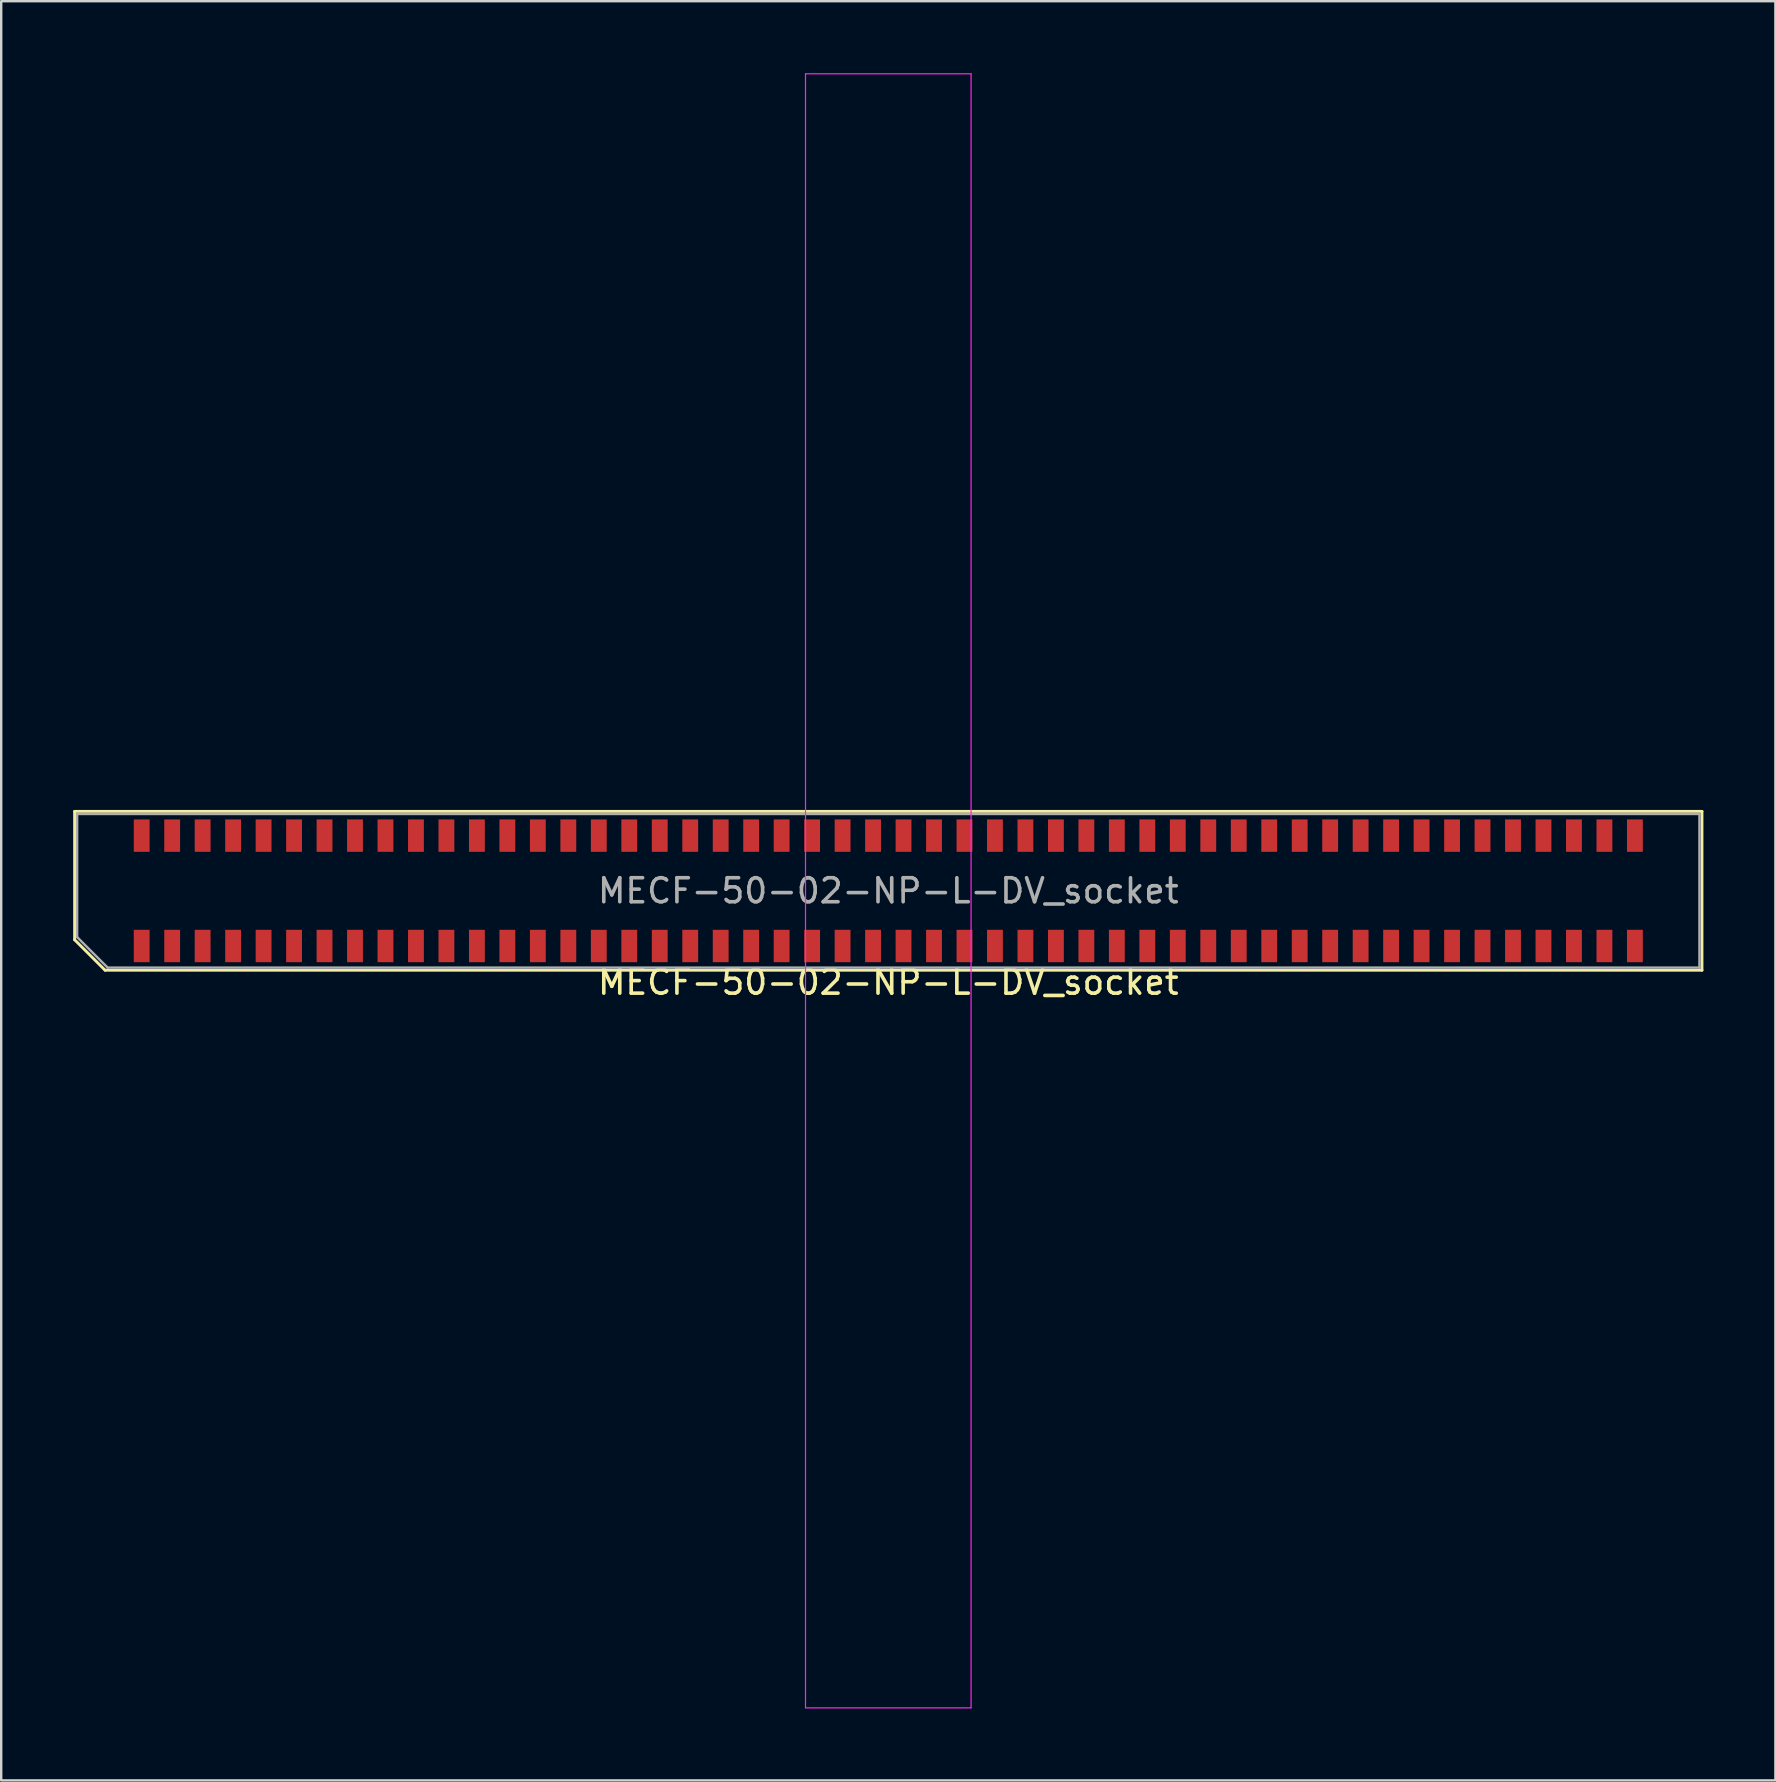
<source format=kicad_pcb>
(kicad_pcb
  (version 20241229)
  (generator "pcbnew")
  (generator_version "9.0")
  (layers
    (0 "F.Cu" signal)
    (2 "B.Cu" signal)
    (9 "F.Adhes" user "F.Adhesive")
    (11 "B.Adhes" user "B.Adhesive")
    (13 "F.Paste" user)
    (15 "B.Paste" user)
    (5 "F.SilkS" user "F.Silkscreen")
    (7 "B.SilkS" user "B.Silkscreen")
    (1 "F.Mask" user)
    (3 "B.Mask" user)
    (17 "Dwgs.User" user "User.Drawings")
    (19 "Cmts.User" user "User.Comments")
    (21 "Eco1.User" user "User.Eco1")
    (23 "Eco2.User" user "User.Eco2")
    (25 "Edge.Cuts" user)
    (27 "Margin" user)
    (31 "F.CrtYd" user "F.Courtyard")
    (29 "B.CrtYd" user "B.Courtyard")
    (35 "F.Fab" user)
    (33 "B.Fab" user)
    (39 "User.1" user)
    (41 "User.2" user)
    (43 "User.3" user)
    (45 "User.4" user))
  (footprint "MECF-50-02-NP-L-DV_socket"
    (layer "F.Cu")
    (at 33.97 34.075)
    (property "Reference" "MECF-50-02-NP-L-DV_socket" (at 0 3.81 0) (layer "F.SilkS") (effects (font (size 1 1) (thickness 0.15))))
    (attr smd)
    (fp_line (start -33.91 -3.31) (end 33.91 -3.31) (stroke (width 0.12) (type solid)) (layer "F.SilkS"))
    (fp_line (start -33.91 2.04) (end -33.91 -3.31) (stroke (width 0.12) (type solid)) (layer "F.SilkS"))
    (fp_line (start -32.64 3.31) (end -33.91 2.04) (stroke (width 0.12) (type solid)) (layer "F.SilkS"))
    (fp_line (start -32.64 3.31) (end 33.91 3.31) (stroke (width 0.12) (type solid)) (layer "F.SilkS"))
    (fp_line (start 33.91 3.31) (end 33.91 -3.31) (stroke (width 0.12) (type solid)) (layer "F.SilkS"))
    (fp_line (start -3.45 -34.05) (end -3.45 34.05) (stroke (width 0.05) (type solid)) (layer "F.CrtYd"))
    (fp_line (start -3.45 34.05) (end 3.45 34.05) (stroke (width 0.05) (type solid)) (layer "F.CrtYd"))
    (fp_line (start 3.45 -34.05) (end -3.45 -34.05) (stroke (width 0.05) (type solid)) (layer "F.CrtYd"))
    (fp_line (start 3.45 34.05) (end 3.45 -34.05) (stroke (width 0.05) (type solid)) (layer "F.CrtYd"))
    (fp_line (start -33.805 -3.2) (end 33.805 -3.2) (stroke (width 0.1) (type solid)) (layer "F.Fab"))
    (fp_line (start -33.805 1.93) (end -33.805 -3.2) (stroke (width 0.1) (type solid)) (layer "F.Fab"))
    (fp_line (start -33.805 1.93) (end -32.535 3.2) (stroke (width 0.1) (type solid)) (layer "F.Fab"))
    (fp_line (start -32.535 3.2) (end 33.805 3.2) (stroke (width 0.1) (type solid)) (layer "F.Fab"))
    (fp_line (start 33.805 3.2) (end 33.805 -3.2) (stroke (width 0.1) (type solid)) (layer "F.Fab"))
    (fp_text user "${REFERENCE}" (at 0 0 0) (layer "F.Fab") (effects (font (size 1 1) (thickness 0.15))))
    (pad "" np_thru_hole circle (at -32.895 0) (size 0.001 0.001) (drill 1.45) (layers "*.Cu" "*.Mask"))
    (pad "" np_thru_hole circle (at 32.895 1) (size 0.001 0.001) (drill 1.45) (layers "*.Cu" "*.Mask"))
    (pad "1" smd rect (at -31.115 2.3) (size 0.66 1.35) (layers "F.Cu" "F.Mask" "F.Paste"))
    (pad "2" smd rect (at -31.115 -2.3) (size 0.66 1.35) (layers "F.Cu" "F.Mask" "F.Paste"))
    (pad "3" smd rect (at -29.845 2.3) (size 0.66 1.35) (layers "F.Cu" "F.Mask" "F.Paste"))
    (pad "4" smd rect (at -29.845 -2.3) (size 0.66 1.35) (layers "F.Cu" "F.Mask" "F.Paste"))
    (pad "5" smd rect (at -28.575 2.3) (size 0.66 1.35) (layers "F.Cu" "F.Mask" "F.Paste"))
    (pad "6" smd rect (at -28.575 -2.3) (size 0.66 1.35) (layers "F.Cu" "F.Mask" "F.Paste"))
    (pad "7" smd rect (at -27.305 2.3) (size 0.66 1.35) (layers "F.Cu" "F.Mask" "F.Paste"))
    (pad "8" smd rect (at -27.305 -2.3) (size 0.66 1.35) (layers "F.Cu" "F.Mask" "F.Paste"))
    (pad "9" smd rect (at -26.035 2.3) (size 0.66 1.35) (layers "F.Cu" "F.Mask" "F.Paste"))
    (pad "10" smd rect (at -26.035 -2.3) (size 0.66 1.35) (layers "F.Cu" "F.Mask" "F.Paste"))
    (pad "11" smd rect (at -24.765 2.3) (size 0.66 1.35) (layers "F.Cu" "F.Mask" "F.Paste"))
    (pad "12" smd rect (at -24.765 -2.3) (size 0.66 1.35) (layers "F.Cu" "F.Mask" "F.Paste"))
    (pad "13" smd rect (at -23.495 2.3) (size 0.66 1.35) (layers "F.Cu" "F.Mask" "F.Paste"))
    (pad "14" smd rect (at -23.495 -2.3) (size 0.66 1.35) (layers "F.Cu" "F.Mask" "F.Paste"))
    (pad "15" smd rect (at -22.225 2.3) (size 0.66 1.35) (layers "F.Cu" "F.Mask" "F.Paste"))
    (pad "16" smd rect (at -22.225 -2.3) (size 0.66 1.35) (layers "F.Cu" "F.Mask" "F.Paste"))
    (pad "17" smd rect (at -20.955 2.3) (size 0.66 1.35) (layers "F.Cu" "F.Mask" "F.Paste"))
    (pad "18" smd rect (at -20.955 -2.3) (size 0.66 1.35) (layers "F.Cu" "F.Mask" "F.Paste"))
    (pad "19" smd rect (at -19.685 2.3) (size 0.66 1.35) (layers "F.Cu" "F.Mask" "F.Paste"))
    (pad "20" smd rect (at -19.685 -2.3) (size 0.66 1.35) (layers "F.Cu" "F.Mask" "F.Paste"))
    (pad "21" smd rect (at -18.415 2.3) (size 0.66 1.35) (layers "F.Cu" "F.Mask" "F.Paste"))
    (pad "22" smd rect (at -18.415 -2.3) (size 0.66 1.35) (layers "F.Cu" "F.Mask" "F.Paste"))
    (pad "23" smd rect (at -17.145 2.3) (size 0.66 1.35) (layers "F.Cu" "F.Mask" "F.Paste"))
    (pad "24" smd rect (at -17.145 -2.3) (size 0.66 1.35) (layers "F.Cu" "F.Mask" "F.Paste"))
    (pad "25" smd rect (at -15.875 2.3) (size 0.66 1.35) (layers "F.Cu" "F.Mask" "F.Paste"))
    (pad "26" smd rect (at -15.875 -2.3) (size 0.66 1.35) (layers "F.Cu" "F.Mask" "F.Paste"))
    (pad "27" smd rect (at -14.605 2.3) (size 0.66 1.35) (layers "F.Cu" "F.Mask" "F.Paste"))
    (pad "28" smd rect (at -14.605 -2.3) (size 0.66 1.35) (layers "F.Cu" "F.Mask" "F.Paste"))
    (pad "29" smd rect (at -13.335 2.3) (size 0.66 1.35) (layers "F.Cu" "F.Mask" "F.Paste"))
    (pad "30" smd rect (at -13.335 -2.3) (size 0.66 1.35) (layers "F.Cu" "F.Mask" "F.Paste"))
    (pad "31" smd rect (at -12.065 2.3) (size 0.66 1.35) (layers "F.Cu" "F.Mask" "F.Paste"))
    (pad "32" smd rect (at -12.065 -2.3) (size 0.66 1.35) (layers "F.Cu" "F.Mask" "F.Paste"))
    (pad "33" smd rect (at -10.795 2.3) (size 0.66 1.35) (layers "F.Cu" "F.Mask" "F.Paste"))
    (pad "34" smd rect (at -10.795 -2.3) (size 0.66 1.35) (layers "F.Cu" "F.Mask" "F.Paste"))
    (pad "35" smd rect (at -9.525 2.3) (size 0.66 1.35) (layers "F.Cu" "F.Mask" "F.Paste"))
    (pad "36" smd rect (at -9.525 -2.3) (size 0.66 1.35) (layers "F.Cu" "F.Mask" "F.Paste"))
    (pad "37" smd rect (at -8.255 2.3) (size 0.66 1.35) (layers "F.Cu" "F.Mask" "F.Paste"))
    (pad "38" smd rect (at -8.255 -2.3) (size 0.66 1.35) (layers "F.Cu" "F.Mask" "F.Paste"))
    (pad "39" smd rect (at -6.985 2.3) (size 0.66 1.35) (layers "F.Cu" "F.Mask" "F.Paste"))
    (pad "40" smd rect (at -6.985 -2.3) (size 0.66 1.35) (layers "F.Cu" "F.Mask" "F.Paste"))
    (pad "41" smd rect (at -5.715 2.3) (size 0.66 1.35) (layers "F.Cu" "F.Mask" "F.Paste"))
    (pad "42" smd rect (at -5.715 -2.3) (size 0.66 1.35) (layers "F.Cu" "F.Mask" "F.Paste"))
    (pad "43" smd rect (at -4.445 2.3) (size 0.66 1.35) (layers "F.Cu" "F.Mask" "F.Paste"))
    (pad "44" smd rect (at -4.445 -2.3) (size 0.66 1.35) (layers "F.Cu" "F.Mask" "F.Paste"))
    (pad "45" smd rect (at -3.175 2.3) (size 0.66 1.35) (layers "F.Cu" "F.Mask" "F.Paste"))
    (pad "46" smd rect (at -3.175 -2.3) (size 0.66 1.35) (layers "F.Cu" "F.Mask" "F.Paste"))
    (pad "47" smd rect (at -1.905 2.3) (size 0.66 1.35) (layers "F.Cu" "F.Mask" "F.Paste"))
    (pad "48" smd rect (at -1.905 -2.3) (size 0.66 1.35) (layers "F.Cu" "F.Mask" "F.Paste"))
    (pad "49" smd rect (at -0.635 2.3) (size 0.66 1.35) (layers "F.Cu" "F.Mask" "F.Paste"))
    (pad "50" smd rect (at -0.635 -2.3) (size 0.66 1.35) (layers "F.Cu" "F.Mask" "F.Paste"))
    (pad "51" smd rect (at 0.635 2.3) (size 0.66 1.35) (layers "F.Cu" "F.Mask" "F.Paste"))
    (pad "52" smd rect (at 0.635 -2.3) (size 0.66 1.35) (layers "F.Cu" "F.Mask" "F.Paste"))
    (pad "53" smd rect (at 1.905 2.3) (size 0.66 1.35) (layers "F.Cu" "F.Mask" "F.Paste"))
    (pad "54" smd rect (at 1.905 -2.3) (size 0.66 1.35) (layers "F.Cu" "F.Mask" "F.Paste"))
    (pad "55" smd rect (at 3.175 2.3) (size 0.66 1.35) (layers "F.Cu" "F.Mask" "F.Paste"))
    (pad "56" smd rect (at 3.175 -2.3) (size 0.66 1.35) (layers "F.Cu" "F.Mask" "F.Paste"))
    (pad "57" smd rect (at 4.445 2.3) (size 0.66 1.35) (layers "F.Cu" "F.Mask" "F.Paste"))
    (pad "58" smd rect (at 4.445 -2.3) (size 0.66 1.35) (layers "F.Cu" "F.Mask" "F.Paste"))
    (pad "59" smd rect (at 5.715 2.3) (size 0.66 1.35) (layers "F.Cu" "F.Mask" "F.Paste"))
    (pad "60" smd rect (at 5.715 -2.3) (size 0.66 1.35) (layers "F.Cu" "F.Mask" "F.Paste"))
    (pad "61" smd rect (at 6.985 2.3) (size 0.66 1.35) (layers "F.Cu" "F.Mask" "F.Paste"))
    (pad "62" smd rect (at 6.985 -2.3) (size 0.66 1.35) (layers "F.Cu" "F.Mask" "F.Paste"))
    (pad "63" smd rect (at 8.255 2.3) (size 0.66 1.35) (layers "F.Cu" "F.Mask" "F.Paste"))
    (pad "64" smd rect (at 8.255 -2.3) (size 0.66 1.35) (layers "F.Cu" "F.Mask" "F.Paste"))
    (pad "65" smd rect (at 9.525 2.3) (size 0.66 1.35) (layers "F.Cu" "F.Mask" "F.Paste"))
    (pad "66" smd rect (at 9.525 -2.3) (size 0.66 1.35) (layers "F.Cu" "F.Mask" "F.Paste"))
    (pad "67" smd rect (at 10.795 2.3) (size 0.66 1.35) (layers "F.Cu" "F.Mask" "F.Paste"))
    (pad "68" smd rect (at 10.795 -2.3) (size 0.66 1.35) (layers "F.Cu" "F.Mask" "F.Paste"))
    (pad "69" smd rect (at 12.065 2.3) (size 0.66 1.35) (layers "F.Cu" "F.Mask" "F.Paste"))
    (pad "70" smd rect (at 12.065 -2.3) (size 0.66 1.35) (layers "F.Cu" "F.Mask" "F.Paste"))
    (pad "71" smd rect (at 13.335 2.3) (size 0.66 1.35) (layers "F.Cu" "F.Mask" "F.Paste"))
    (pad "72" smd rect (at 13.335 -2.3) (size 0.66 1.35) (layers "F.Cu" "F.Mask" "F.Paste"))
    (pad "73" smd rect (at 14.605 2.3) (size 0.66 1.35) (layers "F.Cu" "F.Mask" "F.Paste"))
    (pad "74" smd rect (at 14.605 -2.3) (size 0.66 1.35) (layers "F.Cu" "F.Mask" "F.Paste"))
    (pad "75" smd rect (at 15.875 2.3) (size 0.66 1.35) (layers "F.Cu" "F.Mask" "F.Paste"))
    (pad "76" smd rect (at 15.875 -2.3) (size 0.66 1.35) (layers "F.Cu" "F.Mask" "F.Paste"))
    (pad "77" smd rect (at 17.145 2.3) (size 0.66 1.35) (layers "F.Cu" "F.Mask" "F.Paste"))
    (pad "78" smd rect (at 17.145 -2.3) (size 0.66 1.35) (layers "F.Cu" "F.Mask" "F.Paste"))
    (pad "79" smd rect (at 18.415 2.3) (size 0.66 1.35) (layers "F.Cu" "F.Mask" "F.Paste"))
    (pad "80" smd rect (at 18.415 -2.3) (size 0.66 1.35) (layers "F.Cu" "F.Mask" "F.Paste"))
    (pad "81" smd rect (at 19.685 2.3) (size 0.66 1.35) (layers "F.Cu" "F.Mask" "F.Paste"))
    (pad "82" smd rect (at 19.685 -2.3) (size 0.66 1.35) (layers "F.Cu" "F.Mask" "F.Paste"))
    (pad "83" smd rect (at 20.955 2.3) (size 0.66 1.35) (layers "F.Cu" "F.Mask" "F.Paste"))
    (pad "84" smd rect (at 20.955 -2.3) (size 0.66 1.35) (layers "F.Cu" "F.Mask" "F.Paste"))
    (pad "85" smd rect (at 22.225 2.3) (size 0.66 1.35) (layers "F.Cu" "F.Mask" "F.Paste"))
    (pad "86" smd rect (at 22.225 -2.3) (size 0.66 1.35) (layers "F.Cu" "F.Mask" "F.Paste"))
    (pad "87" smd rect (at 23.495 2.3) (size 0.66 1.35) (layers "F.Cu" "F.Mask" "F.Paste"))
    (pad "88" smd rect (at 23.495 -2.3) (size 0.66 1.35) (layers "F.Cu" "F.Mask" "F.Paste"))
    (pad "89" smd rect (at 24.765 2.3) (size 0.66 1.35) (layers "F.Cu" "F.Mask" "F.Paste"))
    (pad "90" smd rect (at 24.765 -2.3) (size 0.66 1.35) (layers "F.Cu" "F.Mask" "F.Paste"))
    (pad "91" smd rect (at 26.035 2.3) (size 0.66 1.35) (layers "F.Cu" "F.Mask" "F.Paste"))
    (pad "92" smd rect (at 26.035 -2.3) (size 0.66 1.35) (layers "F.Cu" "F.Mask" "F.Paste"))
    (pad "93" smd rect (at 27.305 2.3) (size 0.66 1.35) (layers "F.Cu" "F.Mask" "F.Paste"))
    (pad "94" smd rect (at 27.305 -2.3) (size 0.66 1.35) (layers "F.Cu" "F.Mask" "F.Paste"))
    (pad "95" smd rect (at 28.575 2.3) (size 0.66 1.35) (layers "F.Cu" "F.Mask" "F.Paste"))
    (pad "96" smd rect (at 28.575 -2.3) (size 0.66 1.35) (layers "F.Cu" "F.Mask" "F.Paste"))
    (pad "97" smd rect (at 29.845 2.3) (size 0.66 1.35) (layers "F.Cu" "F.Mask" "F.Paste"))
    (pad "98" smd rect (at 29.845 -2.3) (size 0.66 1.35) (layers "F.Cu" "F.Mask" "F.Paste"))
    (pad "99" smd rect (at 31.115 2.3) (size 0.66 1.35) (layers "F.Cu" "F.Mask" "F.Paste"))
    (pad "100" smd rect (at 31.115 -2.3) (size 0.66 1.35) (layers "F.Cu" "F.Mask" "F.Paste")))
  (gr_rect
    (start -3 -3)
    (end 70.94 71.15)
    (stroke (width 0.1) (type default))
    (fill no)
    (layer "Edge.Cuts")))
</source>
